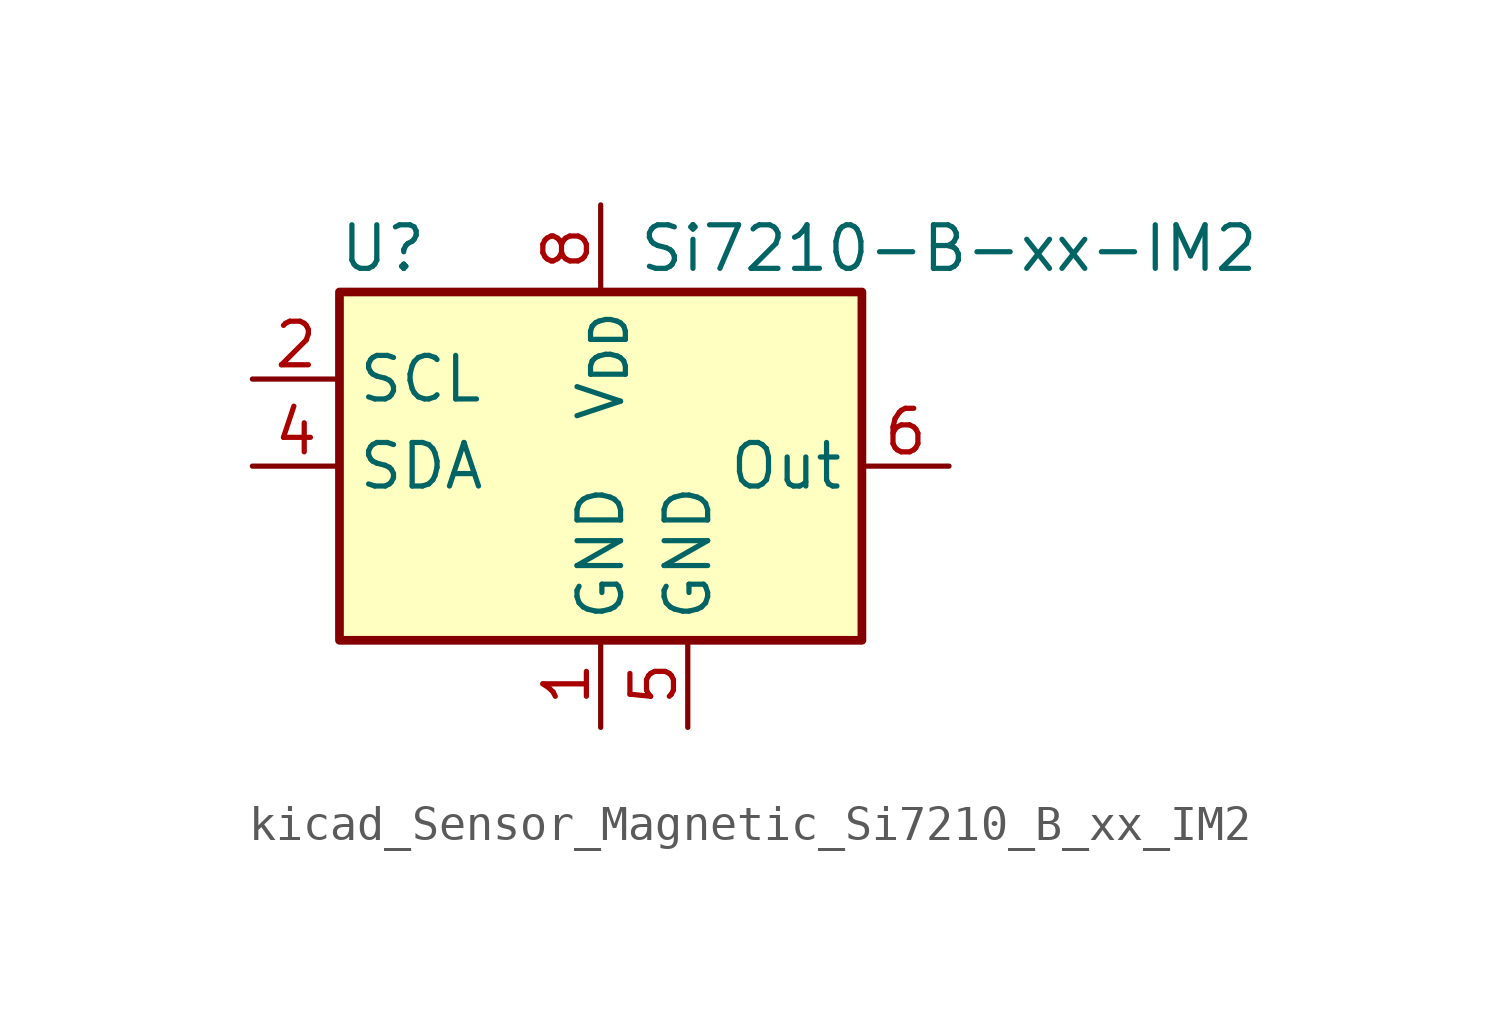
<source format=kicad_sym>
(kicad_symbol_lib
  (version 20220914)
  (generator kicad_symbol_editor)
  (symbol "kicad_Sensor_Magnetic_Si7210_B_xx_IM2"
    (property "Reference" "U"
      (at -6.35 6.35 0)
      (effects (font (size 1.27 1.27))))
    (property "Value" "Si7210-B-xx-IM2"
      (at 10.16 6.35 0)
      (effects (font (size 1.27 1.27))))
    (symbol "kicad_Sensor_Magnetic_Si7210_B_xx_IM2_0_1"
      (rectangle (start -7.62 5.08) (end 7.62 -5.08) (stroke (width 0.254) (type default)) (fill (type background))))
    (symbol "kicad_Sensor_Magnetic_Si7210_B_xx_IM2_1_1"
      (pin power_in line (at 0 -7.62 90) (length 2.54) (name "GND" (effects (font (size 1.27 1.27)))) (number "1" (effects (font (size 1.27 1.27)))))
      (pin input line (at -10.16 2.54 0) (length 2.54) (name "SCL" (effects (font (size 1.27 1.27)))) (number "2" (effects (font (size 1.27 1.27)))))
      (pin bidirectional line (at -10.16 0 0) (length 2.54) (name "SDA" (effects (font (size 1.27 1.27)))) (number "4" (effects (font (size 1.27 1.27)))))
      (pin power_in line (at 2.54 -7.62 90) (length 2.54) (name "GND" (effects (font (size 1.27 1.27)))) (number "5" (effects (font (size 1.27 1.27)))))
      (pin bidirectional line (at 10.16 0 180) (length 2.54) (name "Out" (effects (font (size 1.27 1.27)))) (number "6" (effects (font (size 1.27 1.27)))))
      (pin power_in line (at 0 7.62 270) (length 2.54) (name "V_{DD}" (effects (font (size 1.27 1.27)))) (number "8" (effects (font (size 1.27 1.27))))))))
</source>
